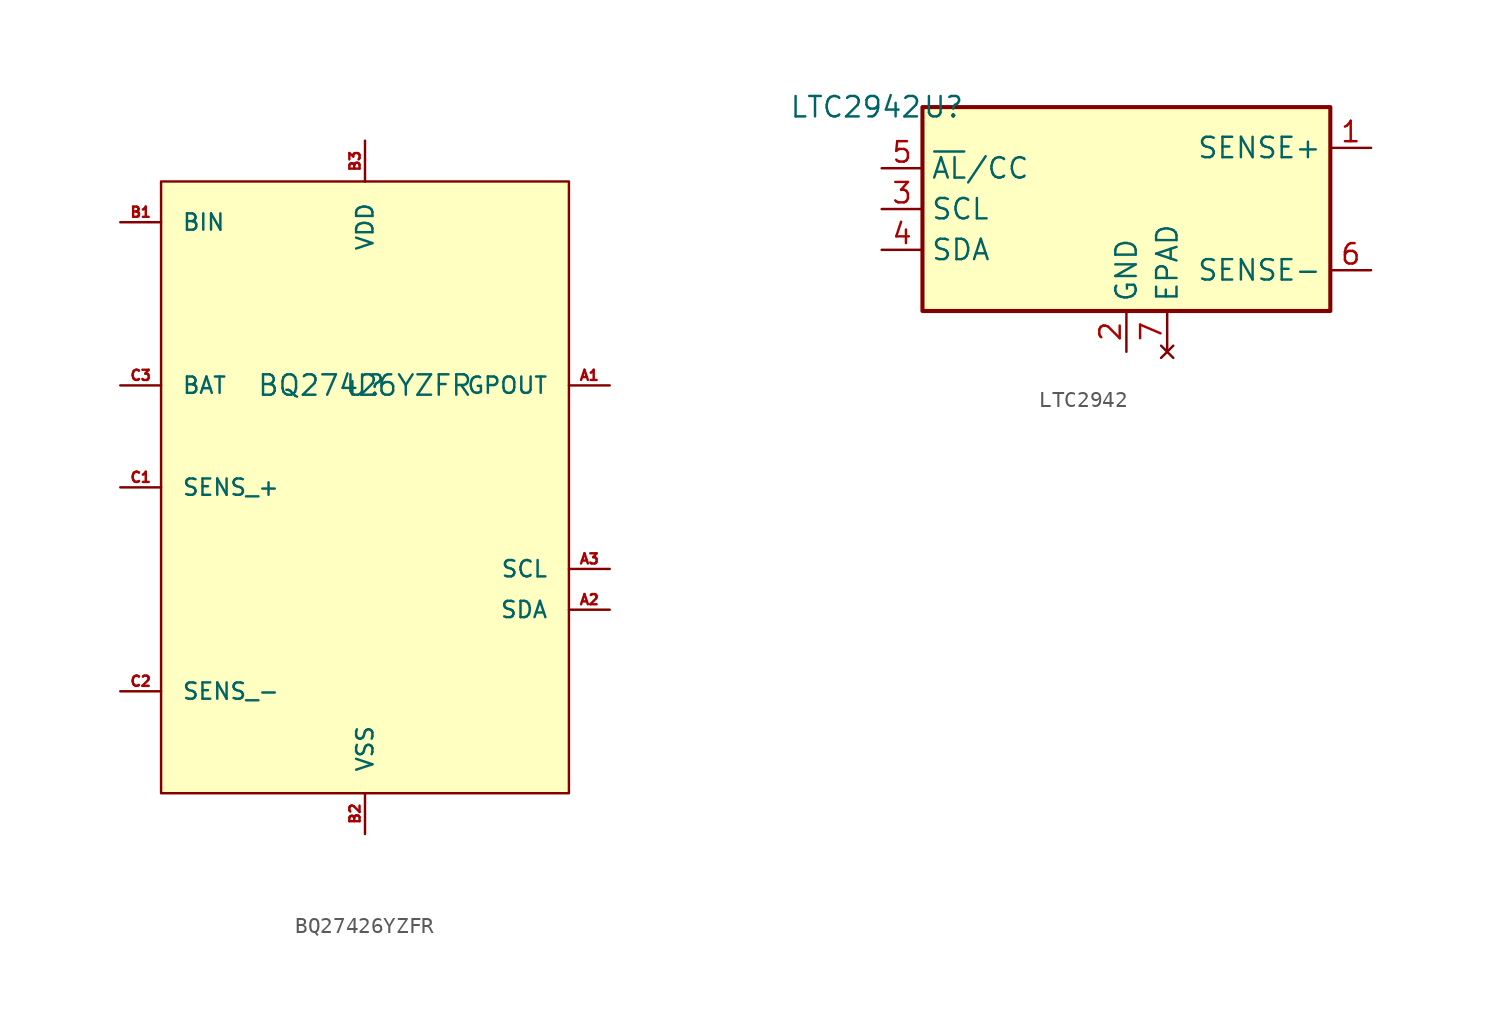
<source format=kicad_sym>
(kicad_symbol_lib
  (version 20211014)
  (generator kicad_symbol_editor)
  (symbol "BQ27426YZFR"
    (pin_names
      (offset 1.27))
    (property "Reference" "U"
      (at 0 0 0)
      (effects (font (size 1.27 1.27))))
    (property "Value" "BQ27426YZFR"
      (at 0 0 0)
      (effects (font (size 1.27 1.27))))
    (symbol "BQ27426YZFR_0_1"
      (rectangle (start -12.7 12.7) (end 12.7 -25.4) (stroke (width 0) (type default) (color 0 0 0 0)) (fill (type background))))
    (symbol "BQ27426YZFR_1_1"
      (pin open_collector line (at 15.24 0 180) (length 2.54) (name "GPOUT" (effects (font (size 1.016 1.016)))) (number "A1" (effects (font (size 0.635 0.635)))))
      (pin bidirectional line (at 15.24 -13.97 180) (length 2.54) (name "SDA" (effects (font (size 1.016 1.016)))) (number "A2" (effects (font (size 0.635 0.635)))))
      (pin bidirectional line (at 15.24 -11.43 180) (length 2.54) (name "SCL" (effects (font (size 1.016 1.016)))) (number "A3" (effects (font (size 0.635 0.635)))))
      (pin input line (at -15.24 10.16 0) (length 2.54) (name "BIN" (effects (font (size 1.016 1.016)))) (number "B1" (effects (font (size 0.635 0.635)))))
      (pin power_in line (at 0 -27.94 90) (length 2.54) (name "VSS" (effects (font (size 1.016 1.016)))) (number "B2" (effects (font (size 0.635 0.635)))))
      (pin power_in line (at 0 15.24 270) (length 2.54) (name "VDD" (effects (font (size 1.016 1.016)))) (number "B3" (effects (font (size 0.635 0.635)))))
      (pin input line (at -15.24 -6.35 0) (length 2.54) (name "SENS_+" (effects (font (size 1.016 1.016)))) (number "C1" (effects (font (size 0.635 0.635)))))
      (pin input line (at -15.24 -19.05 0) (length 2.54) (name "SENS_-" (effects (font (size 1.016 1.016)))) (number "C2" (effects (font (size 0.635 0.635)))))
      (pin power_in line (at -15.24 0 0) (length 2.54) (name "BAT" (effects (font (size 1.016 1.016)))) (number "C3" (effects (font (size 0.635 0.635)))))))
  (symbol "LTC2942"
    (property "Reference" "U"
      (at 0 0 0)
      (effects (font (size 1.27 1.27)) (justify left)))
    (property "Value" "LTC2942"
      (at 0 0 0)
      (effects (font (size 1.27 1.27)) (justify right)))
    (symbol "LTC2942_0_1"
      (rectangle (start 0 0) (end 25.4 -12.7) (stroke (width 0.254) (type default) (color 0 0 0 0)) (fill (type background))))
    (symbol "LTC2942_1_1"
      (pin passive line (at 27.94 -2.54 180) (length 2.54) (name "SENSE+" (effects (font (size 1.27 1.27)))) (number "1" (effects (font (size 1.27 1.27)))))
      (pin power_in line (at 12.7 -15.24 90) (length 2.54) (name "GND" (effects (font (size 1.27 1.27)))) (number "2" (effects (font (size 1.27 1.27)))))
      (pin input line (at -2.54 -6.35 0) (length 2.54) (name "SCL" (effects (font (size 1.27 1.27)))) (number "3" (effects (font (size 1.27 1.27)))))
      (pin bidirectional line (at -2.54 -8.89 0) (length 2.54) (name "SDA" (effects (font (size 1.27 1.27)))) (number "4" (effects (font (size 1.27 1.27)))))
      (pin bidirectional line (at -2.54 -3.81 0) (length 2.54) (name "~{AL}/CC" (effects (font (size 1.27 1.27)))) (number "5" (effects (font (size 1.27 1.27)))))
      (pin passive line (at 27.94 -10.16 180) (length 2.54) (name "SENSE-" (effects (font (size 1.27 1.27)))) (number "6" (effects (font (size 1.27 1.27)))))
      (pin no_connect line (at 15.24 -15.24 90) (length 2.54) (name "EPAD" (effects (font (size 1.27 1.27)))) (number "7" (effects (font (size 1.27 1.27)))) (alternate "EPAD" power_in line)))))
</source>
